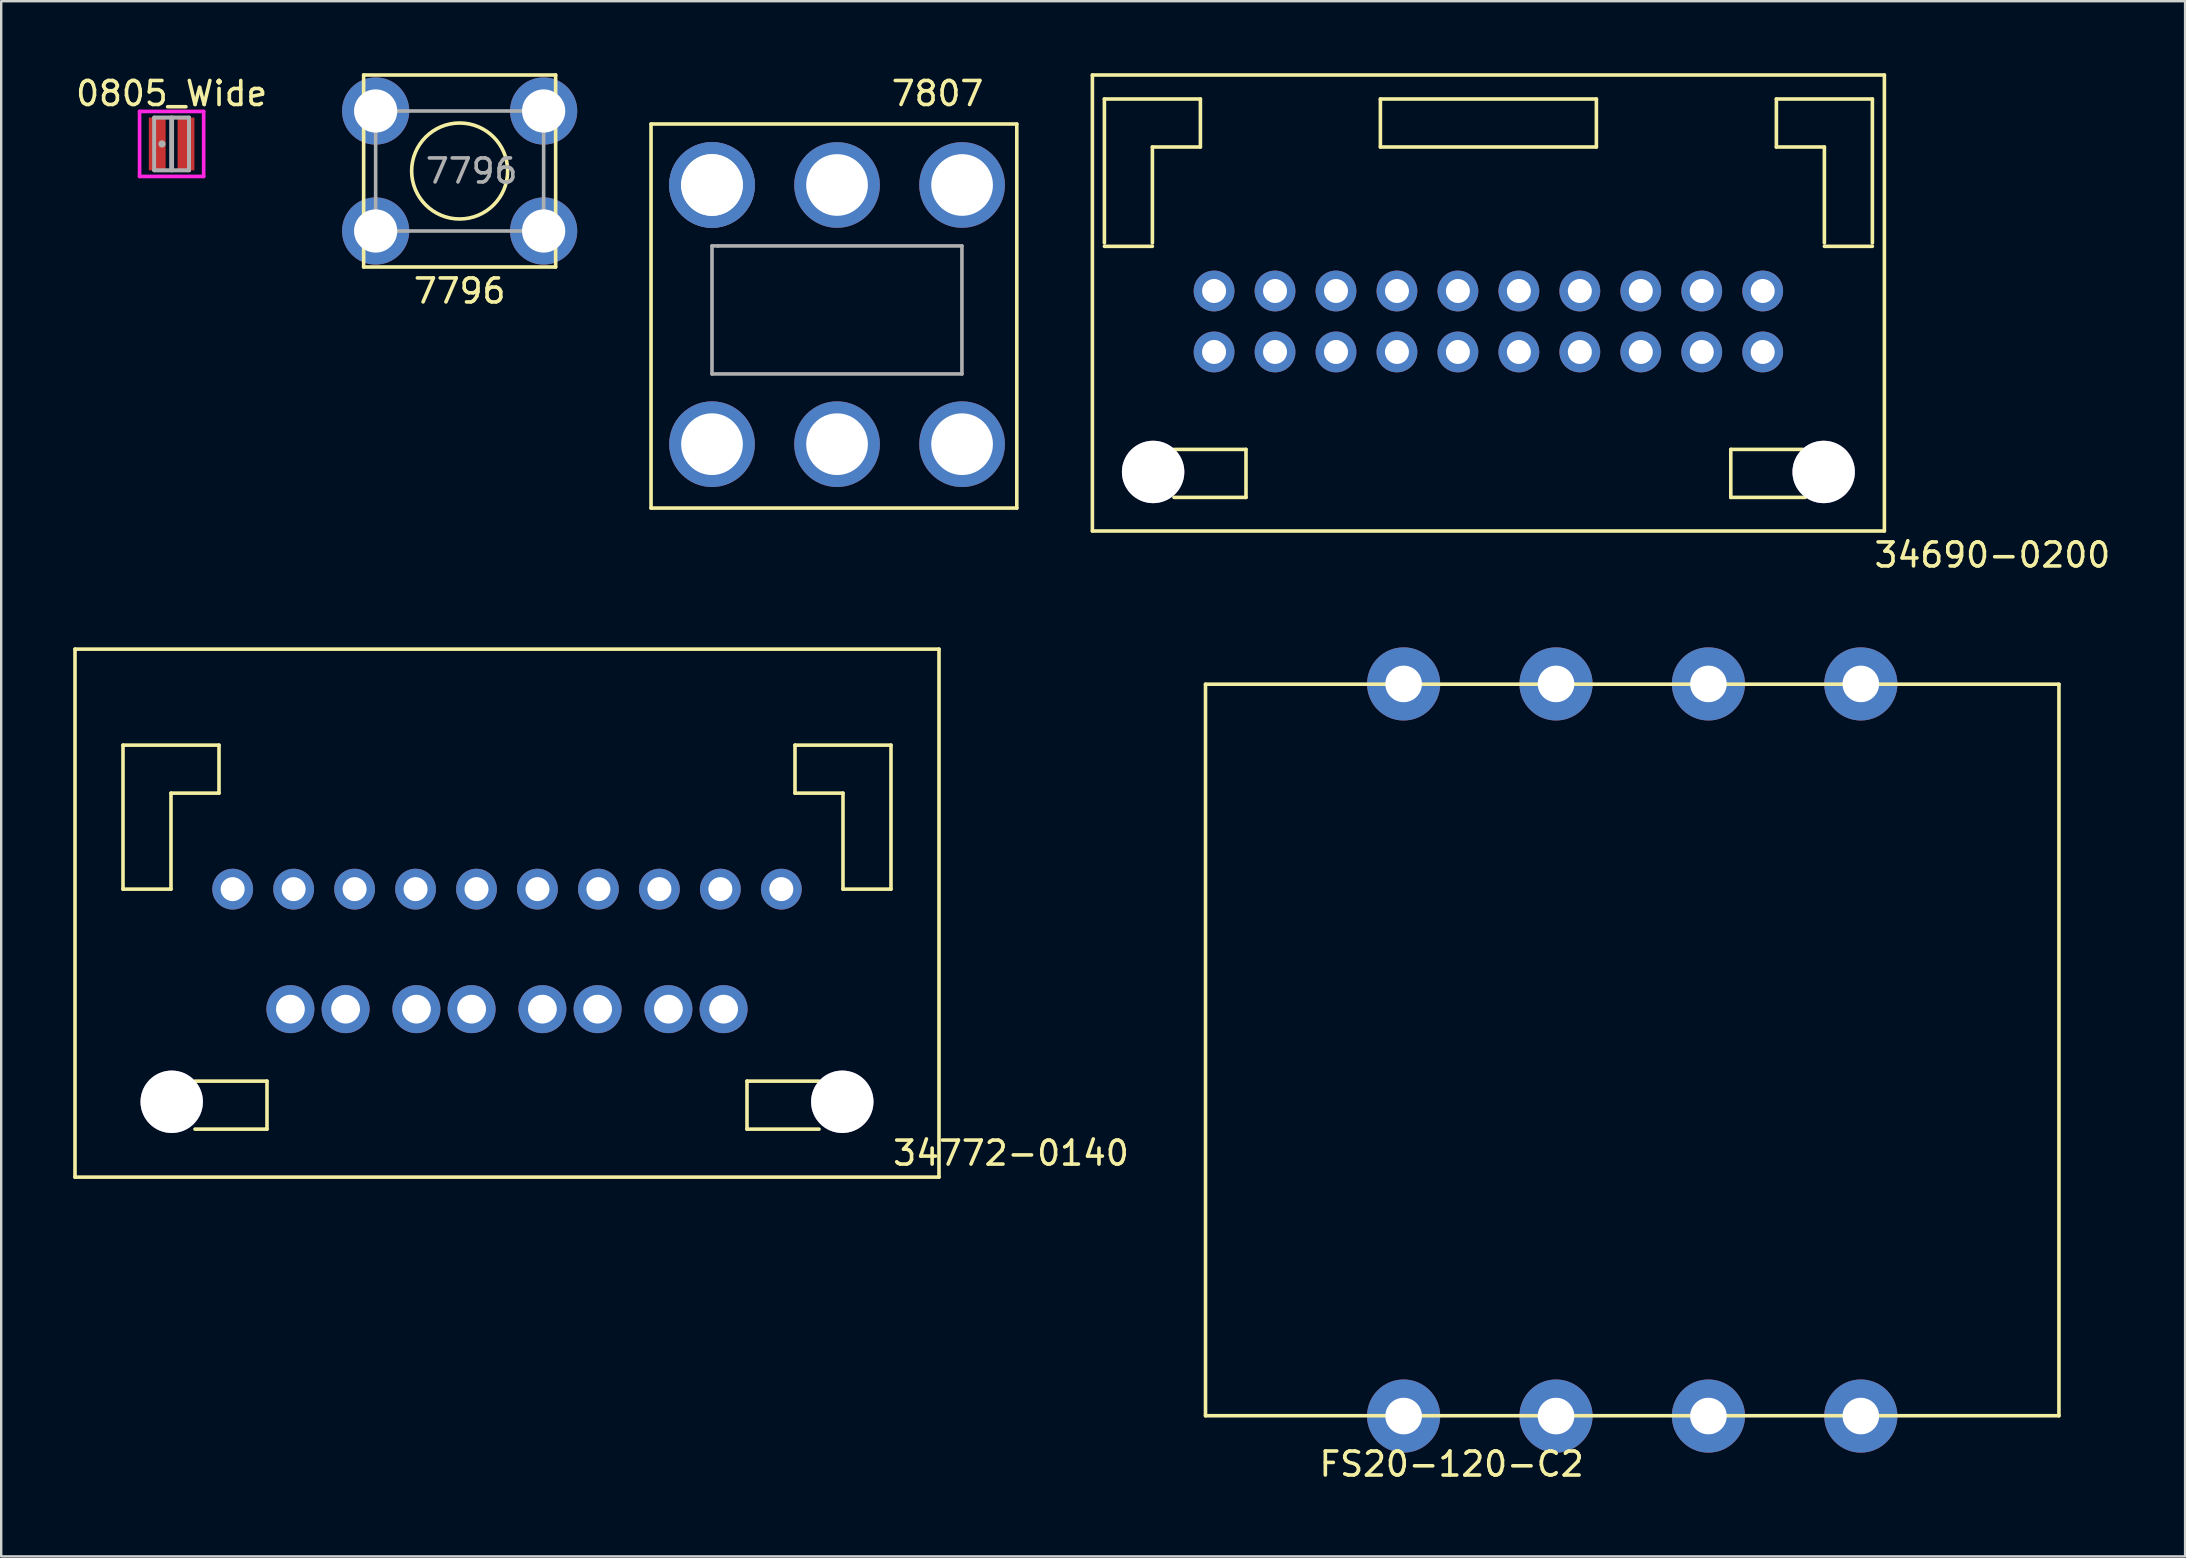
<source format=kicad_pcb>
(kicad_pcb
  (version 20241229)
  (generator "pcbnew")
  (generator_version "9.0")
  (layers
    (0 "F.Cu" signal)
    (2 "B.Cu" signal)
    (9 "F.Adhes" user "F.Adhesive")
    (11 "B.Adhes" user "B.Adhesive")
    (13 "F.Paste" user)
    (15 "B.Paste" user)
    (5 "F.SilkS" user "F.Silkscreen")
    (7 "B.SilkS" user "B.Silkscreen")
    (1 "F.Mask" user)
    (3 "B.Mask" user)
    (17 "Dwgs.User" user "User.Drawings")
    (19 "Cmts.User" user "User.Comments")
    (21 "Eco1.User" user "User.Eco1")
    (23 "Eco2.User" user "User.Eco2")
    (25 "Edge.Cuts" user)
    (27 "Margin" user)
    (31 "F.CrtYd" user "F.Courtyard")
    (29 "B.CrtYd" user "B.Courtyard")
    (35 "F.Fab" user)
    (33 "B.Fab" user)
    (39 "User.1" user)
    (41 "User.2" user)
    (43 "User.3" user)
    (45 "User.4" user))
  (footprint "7807"
    (layer "F.Cu")
    (at 26.617 4.658)
    (property "Reference" "7807" (at 9.398 -3.81 0) (layer "F.SilkS") (effects (font (size 1 1) (thickness 0.15))))
    (attr through_hole)
    (fp_line (start -2.54 -2.54) (end 12.7 -2.54) (stroke (width 0.15) (type solid)) (layer "F.SilkS"))
    (fp_line (start -2.54 13.462) (end -2.54 -2.54) (stroke (width 0.15) (type solid)) (layer "F.SilkS"))
    (fp_line (start 12.7 -2.54) (end 12.7 13.462) (stroke (width 0.15) (type solid)) (layer "F.SilkS"))
    (fp_line (start 12.7 13.462) (end -2.54 13.462) (stroke (width 0.15) (type solid)) (layer "F.SilkS"))
    (fp_line (start 0 2.54) (end 0.254 2.54) (stroke (width 0.15) (type solid)) (layer "F.Fab"))
    (fp_line (start 0 7.874) (end 0 2.54) (stroke (width 0.15) (type solid)) (layer "F.Fab"))
    (fp_line (start 0.254 2.54) (end 10.414 2.54) (stroke (width 0.15) (type solid)) (layer "F.Fab"))
    (fp_line (start 10.414 2.54) (end 10.414 7.874) (stroke (width 0.15) (type solid)) (layer "F.Fab"))
    (fp_line (start 10.414 7.874) (end 0 7.874) (stroke (width 0.15) (type solid)) (layer "F.Fab"))
    (pad "1" thru_hole circle (at 0 0) (size 3.57 3.57) (drill 2.57) (layers "*.Cu" "*.Mask"))
    (pad "1" thru_hole circle (at 0 0) (size 3.57 3.57) (drill 2.57) (layers "*.Cu" "*.Mask"))
    (pad "1" thru_hole circle (at 0 10.8) (size 3.57 3.57) (drill 2.57) (layers "*.Cu" "*.Mask"))
    (pad "1" thru_hole circle (at 5.21 0) (size 3.57 3.57) (drill 2.57) (layers "*.Cu" "*.Mask"))
    (pad "1" thru_hole circle (at 5.21 10.8) (size 3.57 3.57) (drill 2.57) (layers "*.Cu" "*.Mask"))
    (pad "1" thru_hole circle (at 10.42 0) (size 3.57 3.57) (drill 2.57) (layers "*.Cu" "*.Mask"))
    (pad "1" thru_hole circle (at 10.42 10.8) (size 3.57 3.57) (drill 2.57) (layers "*.Cu" "*.Mask")))
  (footprint "34772-0140"
    (layer "F.Cu")
    (at 18.075 33.998)
    (property "Reference" "34772-0140" (at 21 11 0) (layer "F.SilkS") (effects (font (size 1 1) (thickness 0.15))))
    (attr through_hole)
    (fp_line (start -18 -10) (end -18 12) (stroke (width 0.15) (type solid)) (layer "F.SilkS"))
    (fp_line (start -18 12) (end 18 12) (stroke (width 0.15) (type solid)) (layer "F.SilkS"))
    (fp_line (start -16 -6) (end -12 -6) (stroke (width 0.15) (type solid)) (layer "F.SilkS"))
    (fp_line (start -16 0) (end -16 -6) (stroke (width 0.15) (type solid)) (layer "F.SilkS"))
    (fp_line (start -14 -4) (end -14 0) (stroke (width 0.15) (type solid)) (layer "F.SilkS"))
    (fp_line (start -14 0) (end -16 0) (stroke (width 0.15) (type solid)) (layer "F.SilkS"))
    (fp_line (start -13 8) (end -10 8) (stroke (width 0.15) (type solid)) (layer "F.SilkS"))
    (fp_line (start -12 -6) (end -12 -4) (stroke (width 0.15) (type solid)) (layer "F.SilkS"))
    (fp_line (start -12 -4) (end -14 -4) (stroke (width 0.15) (type solid)) (layer "F.SilkS"))
    (fp_line (start -10 8) (end -10 10) (stroke (width 0.15) (type solid)) (layer "F.SilkS"))
    (fp_line (start -10 10) (end -13 10) (stroke (width 0.15) (type solid)) (layer "F.SilkS"))
    (fp_line (start 10 8) (end 10 10) (stroke (width 0.15) (type solid)) (layer "F.SilkS"))
    (fp_line (start 10 10) (end 13 10) (stroke (width 0.15) (type solid)) (layer "F.SilkS"))
    (fp_line (start 12 -6) (end 16 -6) (stroke (width 0.15) (type solid)) (layer "F.SilkS"))
    (fp_line (start 12 -4) (end 12 -6) (stroke (width 0.15) (type solid)) (layer "F.SilkS"))
    (fp_line (start 13 8) (end 10 8) (stroke (width 0.15) (type solid)) (layer "F.SilkS"))
    (fp_line (start 14 -4) (end 12 -4) (stroke (width 0.15) (type solid)) (layer "F.SilkS"))
    (fp_line (start 14 0) (end 14 -4) (stroke (width 0.15) (type solid)) (layer "F.SilkS"))
    (fp_line (start 16 -6) (end 16 0) (stroke (width 0.15) (type solid)) (layer "F.SilkS"))
    (fp_line (start 16 0) (end 14 0) (stroke (width 0.15) (type solid)) (layer "F.SilkS"))
    (fp_line (start 18 -10) (end -18 -10) (stroke (width 0.15) (type solid)) (layer "F.SilkS"))
    (fp_line (start 18 12) (end 18 -10) (stroke (width 0.15) (type solid)) (layer "F.SilkS"))
    (pad "" thru_hole circle (at -13.97 8.86) (size 2.6 2.6) (drill 2.6) (layers "*.Cu" "*.Mask"))
    (pad "" thru_hole circle (at 13.97 8.86) (size 2.6 2.6) (drill 2.6) (layers "*.Cu" "*.Mask"))
    (pad "1" thru_hole circle (at -11.43 0) (size 1.7 1.7) (drill 1) (layers "*.Cu" "*.Mask"))
    (pad "2" thru_hole circle (at -8.89 0) (size 1.7 1.7) (drill 1) (layers "*.Cu" "*.Mask"))
    (pad "3" thru_hole circle (at -6.35 0) (size 1.7 1.7) (drill 1) (layers "*.Cu" "*.Mask"))
    (pad "4" thru_hole circle (at -3.81 0) (size 1.7 1.7) (drill 1) (layers "*.Cu" "*.Mask"))
    (pad "5" thru_hole circle (at -1.27 0) (size 1.7 1.7) (drill 1) (layers "*.Cu" "*.Mask"))
    (pad "6" thru_hole circle (at 1.27 0) (size 1.7 1.7) (drill 1) (layers "*.Cu" "*.Mask"))
    (pad "7" thru_hole circle (at 3.81 0) (size 1.7 1.7) (drill 1) (layers "*.Cu" "*.Mask"))
    (pad "8" thru_hole circle (at 6.35 0) (size 1.7 1.7) (drill 1) (layers "*.Cu" "*.Mask"))
    (pad "9" thru_hole circle (at 8.89 0) (size 1.7 1.7) (drill 1) (layers "*.Cu" "*.Mask"))
    (pad "10" thru_hole circle (at 11.43 0) (size 1.7 1.7) (drill 1) (layers "*.Cu" "*.Mask"))
    (pad "11" thru_hole circle (at -9.025 5) (size 2 2) (drill 1.2) (layers "*.Cu" "*.Mask"))
    (pad "11" thru_hole circle (at -6.725 5) (size 2 2) (drill 1.2) (layers "*.Cu" "*.Mask"))
    (pad "12" thru_hole circle (at -3.775 5) (size 2 2) (drill 1.2) (layers "*.Cu" "*.Mask"))
    (pad "12" thru_hole circle (at -1.475 5) (size 2 2) (drill 1.2) (layers "*.Cu" "*.Mask"))
    (pad "13" thru_hole circle (at 1.475 5) (size 2 2) (drill 1.2) (layers "*.Cu" "*.Mask"))
    (pad "13" thru_hole circle (at 3.775 5) (size 2 2) (drill 1.2) (layers "*.Cu" "*.Mask"))
    (pad "14" thru_hole circle (at 6.725 5) (size 2 2) (drill 1.2) (layers "*.Cu" "*.Mask"))
    (pad "14" thru_hole circle (at 9.025 5) (size 2 2) (drill 1.2) (layers "*.Cu" "*.Mask")))
  (footprint "0805_Wide"
    (layer "F.Cu")
    (at 4.101 2.948)
    (property "Reference" "0805_Wide" (at 0 -2.1 0) (layer "F.SilkS") (effects (font (size 1 1) (thickness 0.15))))
    (attr through_hole)
    (fp_line (start -1.335 -1.354) (end 1.335 -1.354) (stroke (width 0.152) (type solid)) (layer "F.CrtYd"))
    (fp_line (start -1.335 1.354) (end -1.335 -1.354) (stroke (width 0.152) (type solid)) (layer "F.CrtYd"))
    (fp_line (start 1.335 -1.354) (end 1.335 1.354) (stroke (width 0.152) (type solid)) (layer "F.CrtYd"))
    (fp_line (start 1.335 1.354) (end -1.335 1.354) (stroke (width 0.152) (type solid)) (layer "F.CrtYd"))
    (fp_line (start -0.725 -1.1) (end -0.725 1.1) (stroke (width 0.152) (type solid)) (layer "F.Fab"))
    (fp_line (start -0.725 -1.1) (end -0.725 1.1) (stroke (width 0.152) (type solid)) (layer "F.Fab"))
    (fp_line (start -0.725 1.1) (end 0.025 1.1) (stroke (width 0.152) (type solid)) (layer "F.Fab"))
    (fp_line (start -0.725 1.1) (end 0.725 1.1) (stroke (width 0.152) (type solid)) (layer "F.Fab"))
    (fp_line (start -0.025 -1.1) (end -0.025 1.1) (stroke (width 0.152) (type solid)) (layer "F.Fab"))
    (fp_line (start -0.025 1.1) (end 0.725 1.1) (stroke (width 0.152) (type solid)) (layer "F.Fab"))
    (fp_line (start 0.025 -1.1) (end -0.725 -1.1) (stroke (width 0.152) (type solid)) (layer "F.Fab"))
    (fp_line (start 0.025 1.1) (end 0.025 -1.1) (stroke (width 0.152) (type solid)) (layer "F.Fab"))
    (fp_line (start 0.725 -1.1) (end -0.725 -1.1) (stroke (width 0.152) (type solid)) (layer "F.Fab"))
    (fp_line (start 0.725 -1.1) (end -0.025 -1.1) (stroke (width 0.152) (type solid)) (layer "F.Fab"))
    (fp_line (start 0.725 1.1) (end 0.725 -1.1) (stroke (width 0.152) (type solid)) (layer "F.Fab"))
    (fp_line (start 0.725 1.1) (end 0.725 -1.1) (stroke (width 0.152) (type solid)) (layer "F.Fab"))
    (fp_circle (center -0.401 0) (end -0.325 0) (stroke (width 0.152) (type solid)) (fill no) (layer "F.Fab"))
    (pad "1" smd rect (at -0.6 0) (size 0.7 2.2) (layers "F.Cu" "F.Mask" "F.Paste"))
    (pad "2" smd rect (at 0.6 0) (size 0.7 2.2) (layers "F.Cu" "F.Mask" "F.Paste")))
  (footprint "34690-0200"
    (layer "F.Cu")
    (at 58.967 9.075)
    (property "Reference" "34690-0200" (at 21 11 0) (layer "F.SilkS") (effects (font (size 1 1) (thickness 0.15))))
    (attr through_hole)
    (fp_line (start -16.5 -9) (end -16.5 10) (stroke (width 0.15) (type solid)) (layer "F.SilkS"))
    (fp_line (start -16.5 10) (end 16.5 10) (stroke (width 0.15) (type solid)) (layer "F.SilkS"))
    (fp_line (start -16 -8) (end -12 -8) (stroke (width 0.15) (type solid)) (layer "F.SilkS"))
    (fp_line (start -16 -2) (end -16 -8) (stroke (width 0.15) (type solid)) (layer "F.SilkS"))
    (fp_line (start -14 -6) (end -14 -2) (stroke (width 0.15) (type solid)) (layer "F.SilkS"))
    (fp_line (start -14 -1.86) (end -16 -1.86) (stroke (width 0.15) (type solid)) (layer "F.SilkS"))
    (fp_line (start -13.1 6.6) (end -10.1 6.6) (stroke (width 0.15) (type solid)) (layer "F.SilkS"))
    (fp_line (start -12 -8) (end -12 -6) (stroke (width 0.15) (type solid)) (layer "F.SilkS"))
    (fp_line (start -12 -6) (end -14 -6) (stroke (width 0.15) (type solid)) (layer "F.SilkS"))
    (fp_line (start -10.1 6.6) (end -10.1 8.6) (stroke (width 0.15) (type solid)) (layer "F.SilkS"))
    (fp_line (start -10.1 8.6) (end -13.1 8.6) (stroke (width 0.15) (type solid)) (layer "F.SilkS"))
    (fp_line (start -4.5 -8) (end -4.5 -6) (stroke (width 0.15) (type solid)) (layer "F.SilkS"))
    (fp_line (start -4.5 -6) (end 4.5 -6) (stroke (width 0.15) (type solid)) (layer "F.SilkS"))
    (fp_line (start 4.5 -8) (end -4.5 -8) (stroke (width 0.15) (type solid)) (layer "F.SilkS"))
    (fp_line (start 4.5 -6) (end 4.5 -8) (stroke (width 0.15) (type solid)) (layer "F.SilkS"))
    (fp_line (start 10.1 6.6) (end 10.1 8.6) (stroke (width 0.15) (type solid)) (layer "F.SilkS"))
    (fp_line (start 10.1 8.6) (end 13.2 8.6) (stroke (width 0.15) (type solid)) (layer "F.SilkS"))
    (fp_line (start 12 -8) (end 16 -8) (stroke (width 0.15) (type solid)) (layer "F.SilkS"))
    (fp_line (start 12 -6) (end 12 -8) (stroke (width 0.15) (type solid)) (layer "F.SilkS"))
    (fp_line (start 13.1 6.6) (end 10.1 6.6) (stroke (width 0.15) (type solid)) (layer "F.SilkS"))
    (fp_line (start 14 -6) (end 12 -6) (stroke (width 0.15) (type solid)) (layer "F.SilkS"))
    (fp_line (start 14 -2) (end 14 -6) (stroke (width 0.15) (type solid)) (layer "F.SilkS"))
    (fp_line (start 16 -8) (end 16 -2) (stroke (width 0.15) (type solid)) (layer "F.SilkS"))
    (fp_line (start 16 -1.86) (end 14 -1.86) (stroke (width 0.15) (type solid)) (layer "F.SilkS"))
    (fp_line (start 16.5 -9) (end -16.5 -9) (stroke (width 0.15) (type solid)) (layer "F.SilkS"))
    (fp_line (start 16.5 10) (end 16.5 -9) (stroke (width 0.15) (type solid)) (layer "F.SilkS"))
    (pad "" thru_hole circle (at -13.97 7.54) (size 2.6 2.6) (drill 2.6) (layers "*.Cu" "*.Mask"))
    (pad "" thru_hole circle (at 13.97 7.54) (size 2.6 2.6) (drill 2.6) (layers "*.Cu" "*.Mask"))
    (pad "1" thru_hole circle (at -11.43 0) (size 1.7 1.7) (drill 1) (layers "*.Cu" "*.Mask"))
    (pad "2" thru_hole circle (at -8.89 0) (size 1.7 1.7) (drill 1) (layers "*.Cu" "*.Mask"))
    (pad "3" thru_hole circle (at -6.35 0) (size 1.7 1.7) (drill 1) (layers "*.Cu" "*.Mask"))
    (pad "4" thru_hole circle (at -3.81 0) (size 1.7 1.7) (drill 1) (layers "*.Cu" "*.Mask"))
    (pad "5" thru_hole circle (at -1.27 0) (size 1.7 1.7) (drill 1) (layers "*.Cu" "*.Mask"))
    (pad "6" thru_hole circle (at 1.27 0) (size 1.7 1.7) (drill 1) (layers "*.Cu" "*.Mask"))
    (pad "7" thru_hole circle (at 3.81 0) (size 1.7 1.7) (drill 1) (layers "*.Cu" "*.Mask"))
    (pad "8" thru_hole circle (at 6.35 0) (size 1.7 1.7) (drill 1) (layers "*.Cu" "*.Mask"))
    (pad "9" thru_hole circle (at 8.89 0) (size 1.7 1.7) (drill 1) (layers "*.Cu" "*.Mask"))
    (pad "10" thru_hole circle (at 11.43 0) (size 1.7 1.7) (drill 1) (layers "*.Cu" "*.Mask"))
    (pad "11" thru_hole circle (at -11.43 2.54) (size 1.7 1.7) (drill 1) (layers "*.Cu" "*.Mask"))
    (pad "12" thru_hole circle (at -8.89 2.54) (size 1.7 1.7) (drill 1) (layers "*.Cu" "*.Mask"))
    (pad "13" thru_hole circle (at -6.35 2.54) (size 1.7 1.7) (drill 1) (layers "*.Cu" "*.Mask"))
    (pad "14" thru_hole circle (at -3.81 2.54) (size 1.7 1.7) (drill 1) (layers "*.Cu" "*.Mask"))
    (pad "15" thru_hole circle (at -1.27 2.54) (size 1.7 1.7) (drill 1) (layers "*.Cu" "*.Mask"))
    (pad "16" thru_hole circle (at 1.27 2.54) (size 1.7 1.7) (drill 1) (layers "*.Cu" "*.Mask"))
    (pad "17" thru_hole circle (at 3.81 2.54) (size 1.7 1.7) (drill 1) (layers "*.Cu" "*.Mask"))
    (pad "18" thru_hole circle (at 6.35 2.54) (size 1.7 1.7) (drill 1) (layers "*.Cu" "*.Mask"))
    (pad "19" thru_hole circle (at 8.89 2.54) (size 1.7 1.7) (drill 1) (layers "*.Cu" "*.Mask"))
    (pad "20" thru_hole circle (at 11.43 2.54) (size 1.7 1.7) (drill 1) (layers "*.Cu" "*.Mask")))
  (footprint "FS20-120-C2"
    (layer "F.Cu")
    (at 64.96 40.7)
    (property "Reference" "FS20-120-C2" (at -7.525 17.253 0) (layer "F.SilkS") (effects (font (size 1 1) (thickness 0.15))))
    (attr through_hole)
    (fp_line (start -17.78 -15.24) (end -17.78 15.24) (stroke (width 0.15) (type solid)) (layer "F.SilkS"))
    (fp_line (start -17.78 -15.24) (end 17.78 -15.24) (stroke (width 0.15) (type solid)) (layer "F.SilkS"))
    (fp_line (start -17.78 15.24) (end 17.78 15.24) (stroke (width 0.15) (type solid)) (layer "F.SilkS"))
    (fp_line (start 17.78 -15.24) (end 17.78 15.24) (stroke (width 0.15) (type solid)) (layer "F.SilkS"))
    (pad "1" thru_hole circle (at -9.525 15.253) (size 3.048 3.048) (drill 1.524) (layers "*.Cu" "*.Mask"))
    (pad "2" thru_hole circle (at -3.175 15.253) (size 3.048 3.048) (drill 1.524) (layers "*.Cu" "*.Mask"))
    (pad "3" thru_hole circle (at 3.175 15.253) (size 3.048 3.048) (drill 1.524) (layers "*.Cu" "*.Mask"))
    (pad "4" thru_hole circle (at 9.525 15.253) (size 3.048 3.048) (drill 1.524) (layers "*.Cu" "*.Mask"))
    (pad "5" thru_hole circle (at -9.525 -15.253) (size 3.048 3.048) (drill 1.524) (layers "*.Cu" "*.Mask"))
    (pad "6" thru_hole circle (at -3.175 -15.253) (size 3.048 3.048) (drill 1.524) (layers "*.Cu" "*.Mask"))
    (pad "7" thru_hole circle (at 3.175 -15.253) (size 3.048 3.048) (drill 1.524) (layers "*.Cu" "*.Mask"))
    (pad "8" thru_hole circle (at 9.525 -15.253) (size 3.048 3.048) (drill 1.524) (layers "*.Cu" "*.Mask")))
  (footprint "7796"
    (layer "F.Cu")
    (at 16.102 4.075)
    (property "Reference" "7796" (at 0 5 0) (layer "F.SilkS") (effects (font (size 1 1) (thickness 0.15))))
    (attr through_hole)
    (fp_line (start -4 -4) (end -4 4) (stroke (width 0.15) (type solid)) (layer "F.SilkS"))
    (fp_line (start -4 4) (end 4 4) (stroke (width 0.15) (type solid)) (layer "F.SilkS"))
    (fp_line (start 4 -4) (end -4 -4) (stroke (width 0.15) (type solid)) (layer "F.SilkS"))
    (fp_line (start 4 4) (end 4 -4) (stroke (width 0.15) (type solid)) (layer "F.SilkS"))
    (fp_circle (center 0 0) (end 2 0) (stroke (width 0.15) (type solid)) (fill no) (layer "F.SilkS"))
    (fp_line (start -3.5 -2.5) (end 3.5 -2.5) (stroke (width 0.15) (type solid)) (layer "F.Fab"))
    (fp_line (start -3.5 2.5) (end -3.5 -2.5) (stroke (width 0.15) (type solid)) (layer "F.Fab"))
    (fp_line (start 3.5 -2.5) (end 3.5 2.5) (stroke (width 0.15) (type solid)) (layer "F.Fab"))
    (fp_line (start 3.5 2.5) (end -3.5 2.5) (stroke (width 0.15) (type solid)) (layer "F.Fab"))
    (fp_text user "${REFERENCE}" (at 0.5 0 0) (layer "F.Fab") (effects (font (size 1 1) (thickness 0.15))))
    (pad "1" thru_hole circle (at -3.5 -2.5) (size 2.8 2.8) (drill 1.8) (layers "*.Cu" "*.Mask"))
    (pad "1" thru_hole circle (at -3.5 2.5) (size 2.8 2.8) (drill 1.8) (layers "*.Cu" "*.Mask"))
    (pad "1" thru_hole circle (at 3.5 -2.5) (size 2.8 2.8) (drill 1.8) (layers "*.Cu" "*.Mask"))
    (pad "1" thru_hole circle (at 3.5 2.5) (size 2.8 2.8) (drill 1.8) (layers "*.Cu" "*.Mask")))
  (gr_rect
    (start -3 -3)
    (end 87.997 61.801)
    (stroke (width 0.1) (type default))
    (fill no)
    (layer "Edge.Cuts")))
</source>
